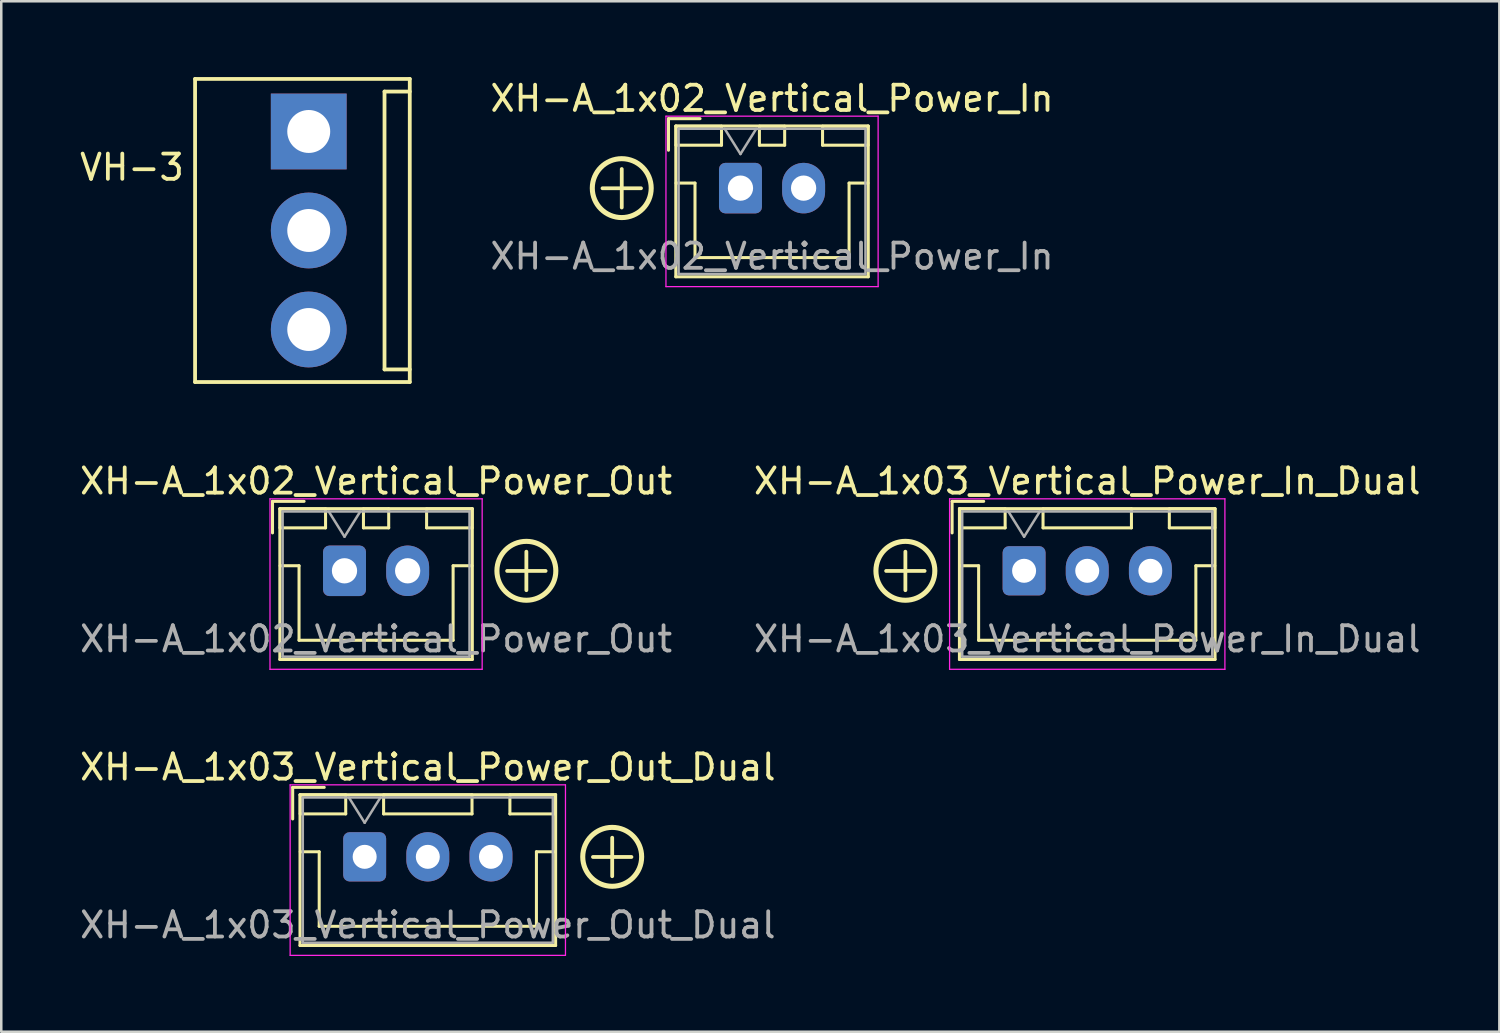
<source format=kicad_pcb>
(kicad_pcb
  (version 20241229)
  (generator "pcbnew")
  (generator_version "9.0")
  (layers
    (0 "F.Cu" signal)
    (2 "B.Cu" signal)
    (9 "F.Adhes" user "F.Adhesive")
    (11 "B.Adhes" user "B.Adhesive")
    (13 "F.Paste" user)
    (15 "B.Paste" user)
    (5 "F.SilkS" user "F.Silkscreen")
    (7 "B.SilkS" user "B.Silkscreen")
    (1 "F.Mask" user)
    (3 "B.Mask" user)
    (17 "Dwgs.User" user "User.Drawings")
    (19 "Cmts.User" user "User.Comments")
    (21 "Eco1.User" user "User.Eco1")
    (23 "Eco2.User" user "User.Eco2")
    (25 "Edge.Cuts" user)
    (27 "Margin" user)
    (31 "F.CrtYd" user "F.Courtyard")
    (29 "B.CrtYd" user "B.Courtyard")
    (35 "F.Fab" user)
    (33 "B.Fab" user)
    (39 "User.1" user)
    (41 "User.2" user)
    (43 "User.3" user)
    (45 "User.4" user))
  (footprint "VH-3"
    (layer "F.Cu")
    (at 9.173 6.075)
    (property "Reference" "VH-3" (at -7 -2.5 0) (layer "F.SilkS") (effects (font (size 1 1) (thickness 0.15))))
    (attr through_hole)
    (fp_line (start -4.5 -6) (end 4 -6) (stroke (width 0.15) (type solid)) (layer "F.SilkS"))
    (fp_line (start -4.5 6) (end -4.5 -6) (stroke (width 0.15) (type solid)) (layer "F.SilkS"))
    (fp_line (start 3 -5.5) (end 3 5.5) (stroke (width 0.15) (type solid)) (layer "F.SilkS"))
    (fp_line (start 3 5.5) (end 4 5.5) (stroke (width 0.15) (type solid)) (layer "F.SilkS"))
    (fp_line (start 4 -6) (end 4 6) (stroke (width 0.15) (type solid)) (layer "F.SilkS"))
    (fp_line (start 4 -5.5) (end 3 -5.5) (stroke (width 0.15) (type solid)) (layer "F.SilkS"))
    (fp_line (start 4 6) (end -4.5 6) (stroke (width 0.15) (type solid)) (layer "F.SilkS"))
    (pad "1" thru_hole rect (at 0 -3.92) (size 3 3) (drill 1.7) (layers "*.Cu" "*.Mask"))
    (pad "2" thru_hole circle (at 0 0) (size 3 3) (drill 1.7) (layers "*.Cu" "*.Mask"))
    (pad "3" thru_hole circle (at 0 3.92) (size 3 3) (drill 1.7) (layers "*.Cu" "*.Mask")))
  (footprint "XH-A_1x02_Vertical_Power_In"
    (layer "F.Cu")
    (at 26.265 4.398)
    (property "Reference" "XH-A_1x02_Vertical_Power_In" (at 1.25 -3.55 0) (layer "F.SilkS") (effects (font (size 1 1) (thickness 0.15))))
    (attr through_hole)
    (fp_line (start -2.85 -2.75) (end -2.85 -1.5) (stroke (width 0.12) (type solid)) (layer "F.SilkS"))
    (fp_line (start -2.56 -2.46) (end -2.56 3.51) (stroke (width 0.12) (type solid)) (layer "F.SilkS"))
    (fp_line (start -2.56 3.51) (end 5.06 3.51) (stroke (width 0.12) (type solid)) (layer "F.SilkS"))
    (fp_line (start -2.55 -2.45) (end -2.55 -1.7) (stroke (width 0.12) (type solid)) (layer "F.SilkS"))
    (fp_line (start -2.55 -1.7) (end -0.75 -1.7) (stroke (width 0.12) (type solid)) (layer "F.SilkS"))
    (fp_line (start -2.55 -0.2) (end -1.8 -0.2) (stroke (width 0.12) (type solid)) (layer "F.SilkS"))
    (fp_line (start -1.8 -0.2) (end -1.8 2.75) (stroke (width 0.12) (type solid)) (layer "F.SilkS"))
    (fp_line (start -1.8 2.75) (end 1.25 2.75) (stroke (width 0.12) (type solid)) (layer "F.SilkS"))
    (fp_line (start -1.6 -2.75) (end -2.85 -2.75) (stroke (width 0.12) (type solid)) (layer "F.SilkS"))
    (fp_line (start -0.75 -2.45) (end -2.55 -2.45) (stroke (width 0.12) (type solid)) (layer "F.SilkS"))
    (fp_line (start -0.75 -1.7) (end -0.75 -2.45) (stroke (width 0.12) (type solid)) (layer "F.SilkS"))
    (fp_line (start 0.75 -2.45) (end 0.75 -1.7) (stroke (width 0.12) (type solid)) (layer "F.SilkS"))
    (fp_line (start 0.75 -1.7) (end 1.75 -1.7) (stroke (width 0.12) (type solid)) (layer "F.SilkS"))
    (fp_line (start 1.75 -2.45) (end 0.75 -2.45) (stroke (width 0.12) (type solid)) (layer "F.SilkS"))
    (fp_line (start 1.75 -1.7) (end 1.75 -2.45) (stroke (width 0.12) (type solid)) (layer "F.SilkS"))
    (fp_line (start 3.25 -2.45) (end 3.25 -1.7) (stroke (width 0.12) (type solid)) (layer "F.SilkS"))
    (fp_line (start 3.25 -1.7) (end 5.05 -1.7) (stroke (width 0.12) (type solid)) (layer "F.SilkS"))
    (fp_line (start 4.3 -0.2) (end 4.3 2.75) (stroke (width 0.12) (type solid)) (layer "F.SilkS"))
    (fp_line (start 4.3 2.75) (end 1.25 2.75) (stroke (width 0.12) (type solid)) (layer "F.SilkS"))
    (fp_line (start 5.05 -2.45) (end 3.25 -2.45) (stroke (width 0.12) (type solid)) (layer "F.SilkS"))
    (fp_line (start 5.05 -1.7) (end 5.05 -2.45) (stroke (width 0.12) (type solid)) (layer "F.SilkS"))
    (fp_line (start 5.05 -0.2) (end 4.3 -0.2) (stroke (width 0.12) (type solid)) (layer "F.SilkS"))
    (fp_line (start 5.06 -2.46) (end -2.56 -2.46) (stroke (width 0.12) (type solid)) (layer "F.SilkS"))
    (fp_line (start 5.06 3.51) (end 5.06 -2.46) (stroke (width 0.12) (type solid)) (layer "F.SilkS"))
    (fp_circle (center -4.7 0) (end -3.534 0) (stroke (width 0.2) (type solid)) (fill no) (layer "F.SilkS"))
    (fp_line (start -2.95 -2.85) (end -2.95 3.9) (stroke (width 0.05) (type solid)) (layer "F.CrtYd"))
    (fp_line (start -2.95 3.9) (end 5.45 3.9) (stroke (width 0.05) (type solid)) (layer "F.CrtYd"))
    (fp_line (start 5.45 -2.85) (end -2.95 -2.85) (stroke (width 0.05) (type solid)) (layer "F.CrtYd"))
    (fp_line (start 5.45 3.9) (end 5.45 -2.85) (stroke (width 0.05) (type solid)) (layer "F.CrtYd"))
    (fp_line (start -2.45 -2.35) (end -2.45 3.4) (stroke (width 0.1) (type solid)) (layer "F.Fab"))
    (fp_line (start -2.45 3.4) (end 4.95 3.4) (stroke (width 0.1) (type solid)) (layer "F.Fab"))
    (fp_line (start -0.625 -2.35) (end 0 -1.35) (stroke (width 0.1) (type solid)) (layer "F.Fab"))
    (fp_line (start 0 -1.35) (end 0.625 -2.35) (stroke (width 0.1) (type solid)) (layer "F.Fab"))
    (fp_line (start 4.95 -2.35) (end -2.45 -2.35) (stroke (width 0.1) (type solid)) (layer "F.Fab"))
    (fp_line (start 4.95 3.4) (end 4.95 -2.35) (stroke (width 0.1) (type solid)) (layer "F.Fab"))
    (fp_text user "+" (at -4.7 -0.15 0) (layer "F.SilkS") (effects (font (size 2 2) (thickness 0.15))))
    (fp_text user "${REFERENCE}" (at 1.25 2.7 0) (layer "F.Fab") (effects (font (size 1 1) (thickness 0.15))))
    (pad "1" thru_hole roundrect (at 0 0) (size 1.7 2) (drill 1) (layers "*.Cu" "*.Mask") (roundrect_rratio 0.147))
    (pad "2" thru_hole oval (at 2.5 0) (size 1.7 2) (drill 1) (layers "*.Cu" "*.Mask")))
  (footprint "XH-A_1x03_Vertical_Power_In_Dual"
    (layer "F.Cu")
    (at 37.494 19.548)
    (property "Reference" "XH-A_1x03_Vertical_Power_In_Dual" (at 2.5 -3.55 0) (layer "F.SilkS") (effects (font (size 1 1) (thickness 0.15))))
    (attr through_hole)
    (fp_line (start -2.85 -2.75) (end -2.85 -1.5) (stroke (width 0.12) (type solid)) (layer "F.SilkS"))
    (fp_line (start -2.56 -2.46) (end -2.56 3.51) (stroke (width 0.12) (type solid)) (layer "F.SilkS"))
    (fp_line (start -2.56 3.51) (end 7.56 3.51) (stroke (width 0.12) (type solid)) (layer "F.SilkS"))
    (fp_line (start -2.55 -2.45) (end -2.55 -1.7) (stroke (width 0.12) (type solid)) (layer "F.SilkS"))
    (fp_line (start -2.55 -1.7) (end -0.75 -1.7) (stroke (width 0.12) (type solid)) (layer "F.SilkS"))
    (fp_line (start -2.55 -0.2) (end -1.8 -0.2) (stroke (width 0.12) (type solid)) (layer "F.SilkS"))
    (fp_line (start -1.8 -0.2) (end -1.8 2.75) (stroke (width 0.12) (type solid)) (layer "F.SilkS"))
    (fp_line (start -1.8 2.75) (end 2.5 2.75) (stroke (width 0.12) (type solid)) (layer "F.SilkS"))
    (fp_line (start -1.6 -2.75) (end -2.85 -2.75) (stroke (width 0.12) (type solid)) (layer "F.SilkS"))
    (fp_line (start -0.75 -2.45) (end -2.55 -2.45) (stroke (width 0.12) (type solid)) (layer "F.SilkS"))
    (fp_line (start -0.75 -1.7) (end -0.75 -2.45) (stroke (width 0.12) (type solid)) (layer "F.SilkS"))
    (fp_line (start 0.75 -2.45) (end 0.75 -1.7) (stroke (width 0.12) (type solid)) (layer "F.SilkS"))
    (fp_line (start 0.75 -1.7) (end 4.25 -1.7) (stroke (width 0.12) (type solid)) (layer "F.SilkS"))
    (fp_line (start 4.25 -2.45) (end 0.75 -2.45) (stroke (width 0.12) (type solid)) (layer "F.SilkS"))
    (fp_line (start 4.25 -1.7) (end 4.25 -2.45) (stroke (width 0.12) (type solid)) (layer "F.SilkS"))
    (fp_line (start 5.75 -2.45) (end 5.75 -1.7) (stroke (width 0.12) (type solid)) (layer "F.SilkS"))
    (fp_line (start 5.75 -1.7) (end 7.55 -1.7) (stroke (width 0.12) (type solid)) (layer "F.SilkS"))
    (fp_line (start 6.8 -0.2) (end 6.8 2.75) (stroke (width 0.12) (type solid)) (layer "F.SilkS"))
    (fp_line (start 6.8 2.75) (end 2.5 2.75) (stroke (width 0.12) (type solid)) (layer "F.SilkS"))
    (fp_line (start 7.55 -2.45) (end 5.75 -2.45) (stroke (width 0.12) (type solid)) (layer "F.SilkS"))
    (fp_line (start 7.55 -1.7) (end 7.55 -2.45) (stroke (width 0.12) (type solid)) (layer "F.SilkS"))
    (fp_line (start 7.55 -0.2) (end 6.8 -0.2) (stroke (width 0.12) (type solid)) (layer "F.SilkS"))
    (fp_line (start 7.56 -2.46) (end -2.56 -2.46) (stroke (width 0.12) (type solid)) (layer "F.SilkS"))
    (fp_line (start 7.56 3.51) (end 7.56 -2.46) (stroke (width 0.12) (type solid)) (layer "F.SilkS"))
    (fp_circle (center -4.7 0) (end -3.534 0) (stroke (width 0.2) (type solid)) (fill no) (layer "F.SilkS"))
    (fp_line (start -2.95 -2.85) (end -2.95 3.9) (stroke (width 0.05) (type solid)) (layer "F.CrtYd"))
    (fp_line (start -2.95 3.9) (end 7.95 3.9) (stroke (width 0.05) (type solid)) (layer "F.CrtYd"))
    (fp_line (start 7.95 -2.85) (end -2.95 -2.85) (stroke (width 0.05) (type solid)) (layer "F.CrtYd"))
    (fp_line (start 7.95 3.9) (end 7.95 -2.85) (stroke (width 0.05) (type solid)) (layer "F.CrtYd"))
    (fp_line (start -2.45 -2.35) (end -2.45 3.4) (stroke (width 0.1) (type solid)) (layer "F.Fab"))
    (fp_line (start -2.45 3.4) (end 7.45 3.4) (stroke (width 0.1) (type solid)) (layer "F.Fab"))
    (fp_line (start -0.625 -2.35) (end 0 -1.35) (stroke (width 0.1) (type solid)) (layer "F.Fab"))
    (fp_line (start 0 -1.35) (end 0.625 -2.35) (stroke (width 0.1) (type solid)) (layer "F.Fab"))
    (fp_line (start 7.45 -2.35) (end -2.45 -2.35) (stroke (width 0.1) (type solid)) (layer "F.Fab"))
    (fp_line (start 7.45 3.4) (end 7.45 -2.35) (stroke (width 0.1) (type solid)) (layer "F.Fab"))
    (fp_text user "+" (at -4.7 -0.15 0) (layer "F.SilkS") (effects (font (size 2 2) (thickness 0.15))))
    (fp_text user "${REFERENCE}" (at 2.5 2.7 0) (layer "F.Fab") (effects (font (size 1 1) (thickness 0.15))))
    (pad "1" thru_hole roundrect (at 0 0) (size 1.7 1.95) (drill 0.95) (layers "*.Cu" "*.Mask") (roundrect_rratio 0.147))
    (pad "2" thru_hole oval (at 2.5 0) (size 1.7 1.95) (drill 0.95) (layers "*.Cu" "*.Mask"))
    (pad "3" thru_hole oval (at 5 0) (size 1.7 1.95) (drill 0.95) (layers "*.Cu" "*.Mask")))
  (footprint "XH-A_1x03_Vertical_Power_Out_Dual"
    (layer "F.Cu")
    (at 11.387 30.872)
    (property "Reference" "XH-A_1x03_Vertical_Power_Out_Dual" (at 2.5 -3.55 0) (layer "F.SilkS") (effects (font (size 1 1) (thickness 0.15))))
    (attr through_hole)
    (fp_line (start -2.85 -2.75) (end -2.85 -1.5) (stroke (width 0.12) (type solid)) (layer "F.SilkS"))
    (fp_line (start -2.56 -2.46) (end -2.56 3.51) (stroke (width 0.12) (type solid)) (layer "F.SilkS"))
    (fp_line (start -2.56 3.51) (end 7.56 3.51) (stroke (width 0.12) (type solid)) (layer "F.SilkS"))
    (fp_line (start -2.55 -2.45) (end -2.55 -1.7) (stroke (width 0.12) (type solid)) (layer "F.SilkS"))
    (fp_line (start -2.55 -1.7) (end -0.75 -1.7) (stroke (width 0.12) (type solid)) (layer "F.SilkS"))
    (fp_line (start -2.55 -0.2) (end -1.8 -0.2) (stroke (width 0.12) (type solid)) (layer "F.SilkS"))
    (fp_line (start -1.8 -0.2) (end -1.8 2.75) (stroke (width 0.12) (type solid)) (layer "F.SilkS"))
    (fp_line (start -1.8 2.75) (end 2.5 2.75) (stroke (width 0.12) (type solid)) (layer "F.SilkS"))
    (fp_line (start -1.6 -2.75) (end -2.85 -2.75) (stroke (width 0.12) (type solid)) (layer "F.SilkS"))
    (fp_line (start -0.75 -2.45) (end -2.55 -2.45) (stroke (width 0.12) (type solid)) (layer "F.SilkS"))
    (fp_line (start -0.75 -1.7) (end -0.75 -2.45) (stroke (width 0.12) (type solid)) (layer "F.SilkS"))
    (fp_line (start 0.75 -2.45) (end 0.75 -1.7) (stroke (width 0.12) (type solid)) (layer "F.SilkS"))
    (fp_line (start 0.75 -1.7) (end 4.25 -1.7) (stroke (width 0.12) (type solid)) (layer "F.SilkS"))
    (fp_line (start 4.25 -2.45) (end 0.75 -2.45) (stroke (width 0.12) (type solid)) (layer "F.SilkS"))
    (fp_line (start 4.25 -1.7) (end 4.25 -2.45) (stroke (width 0.12) (type solid)) (layer "F.SilkS"))
    (fp_line (start 5.75 -2.45) (end 5.75 -1.7) (stroke (width 0.12) (type solid)) (layer "F.SilkS"))
    (fp_line (start 5.75 -1.7) (end 7.55 -1.7) (stroke (width 0.12) (type solid)) (layer "F.SilkS"))
    (fp_line (start 6.8 -0.2) (end 6.8 2.75) (stroke (width 0.12) (type solid)) (layer "F.SilkS"))
    (fp_line (start 6.8 2.75) (end 2.5 2.75) (stroke (width 0.12) (type solid)) (layer "F.SilkS"))
    (fp_line (start 7.55 -2.45) (end 5.75 -2.45) (stroke (width 0.12) (type solid)) (layer "F.SilkS"))
    (fp_line (start 7.55 -1.7) (end 7.55 -2.45) (stroke (width 0.12) (type solid)) (layer "F.SilkS"))
    (fp_line (start 7.55 -0.2) (end 6.8 -0.2) (stroke (width 0.12) (type solid)) (layer "F.SilkS"))
    (fp_line (start 7.56 -2.46) (end -2.56 -2.46) (stroke (width 0.12) (type solid)) (layer "F.SilkS"))
    (fp_line (start 7.56 3.51) (end 7.56 -2.46) (stroke (width 0.12) (type solid)) (layer "F.SilkS"))
    (fp_circle (center 9.8 0) (end 10.966 0) (stroke (width 0.2) (type solid)) (fill no) (layer "F.SilkS"))
    (fp_line (start -2.95 -2.85) (end -2.95 3.9) (stroke (width 0.05) (type solid)) (layer "F.CrtYd"))
    (fp_line (start -2.95 3.9) (end 7.95 3.9) (stroke (width 0.05) (type solid)) (layer "F.CrtYd"))
    (fp_line (start 7.95 -2.85) (end -2.95 -2.85) (stroke (width 0.05) (type solid)) (layer "F.CrtYd"))
    (fp_line (start 7.95 3.9) (end 7.95 -2.85) (stroke (width 0.05) (type solid)) (layer "F.CrtYd"))
    (fp_line (start -2.45 -2.35) (end -2.45 3.4) (stroke (width 0.1) (type solid)) (layer "F.Fab"))
    (fp_line (start -2.45 3.4) (end 7.45 3.4) (stroke (width 0.1) (type solid)) (layer "F.Fab"))
    (fp_line (start -0.625 -2.35) (end 0 -1.35) (stroke (width 0.1) (type solid)) (layer "F.Fab"))
    (fp_line (start 0 -1.35) (end 0.625 -2.35) (stroke (width 0.1) (type solid)) (layer "F.Fab"))
    (fp_line (start 7.45 -2.35) (end -2.45 -2.35) (stroke (width 0.1) (type solid)) (layer "F.Fab"))
    (fp_line (start 7.45 3.4) (end 7.45 -2.35) (stroke (width 0.1) (type solid)) (layer "F.Fab"))
    (fp_text user "+" (at 9.8 -0.15 0) (layer "F.SilkS") (effects (font (size 2 2) (thickness 0.15))))
    (fp_text user "${REFERENCE}" (at 2.5 2.7 0) (layer "F.Fab") (effects (font (size 1 1) (thickness 0.15))))
    (pad "1" thru_hole roundrect (at 0 0) (size 1.7 1.95) (drill 0.95) (layers "*.Cu" "*.Mask") (roundrect_rratio 0.147))
    (pad "2" thru_hole oval (at 2.5 0) (size 1.7 1.95) (drill 0.95) (layers "*.Cu" "*.Mask"))
    (pad "3" thru_hole oval (at 5 0) (size 1.7 1.95) (drill 0.95) (layers "*.Cu" "*.Mask")))
  (footprint "XH-A_1x02_Vertical_Power_Out"
    (layer "F.Cu")
    (at 10.589 19.548)
    (property "Reference" "XH-A_1x02_Vertical_Power_Out" (at 1.25 -3.55 0) (layer "F.SilkS") (effects (font (size 1 1) (thickness 0.15))))
    (attr through_hole)
    (fp_line (start -2.85 -2.75) (end -2.85 -1.5) (stroke (width 0.12) (type solid)) (layer "F.SilkS"))
    (fp_line (start -2.56 -2.46) (end -2.56 3.51) (stroke (width 0.12) (type solid)) (layer "F.SilkS"))
    (fp_line (start -2.56 3.51) (end 5.06 3.51) (stroke (width 0.12) (type solid)) (layer "F.SilkS"))
    (fp_line (start -2.55 -2.45) (end -2.55 -1.7) (stroke (width 0.12) (type solid)) (layer "F.SilkS"))
    (fp_line (start -2.55 -1.7) (end -0.75 -1.7) (stroke (width 0.12) (type solid)) (layer "F.SilkS"))
    (fp_line (start -2.55 -0.2) (end -1.8 -0.2) (stroke (width 0.12) (type solid)) (layer "F.SilkS"))
    (fp_line (start -1.8 -0.2) (end -1.8 2.75) (stroke (width 0.12) (type solid)) (layer "F.SilkS"))
    (fp_line (start -1.8 2.75) (end 1.25 2.75) (stroke (width 0.12) (type solid)) (layer "F.SilkS"))
    (fp_line (start -1.6 -2.75) (end -2.85 -2.75) (stroke (width 0.12) (type solid)) (layer "F.SilkS"))
    (fp_line (start -0.75 -2.45) (end -2.55 -2.45) (stroke (width 0.12) (type solid)) (layer "F.SilkS"))
    (fp_line (start -0.75 -1.7) (end -0.75 -2.45) (stroke (width 0.12) (type solid)) (layer "F.SilkS"))
    (fp_line (start 0.75 -2.45) (end 0.75 -1.7) (stroke (width 0.12) (type solid)) (layer "F.SilkS"))
    (fp_line (start 0.75 -1.7) (end 1.75 -1.7) (stroke (width 0.12) (type solid)) (layer "F.SilkS"))
    (fp_line (start 1.75 -2.45) (end 0.75 -2.45) (stroke (width 0.12) (type solid)) (layer "F.SilkS"))
    (fp_line (start 1.75 -1.7) (end 1.75 -2.45) (stroke (width 0.12) (type solid)) (layer "F.SilkS"))
    (fp_line (start 3.25 -2.45) (end 3.25 -1.7) (stroke (width 0.12) (type solid)) (layer "F.SilkS"))
    (fp_line (start 3.25 -1.7) (end 5.05 -1.7) (stroke (width 0.12) (type solid)) (layer "F.SilkS"))
    (fp_line (start 4.3 -0.2) (end 4.3 2.75) (stroke (width 0.12) (type solid)) (layer "F.SilkS"))
    (fp_line (start 4.3 2.75) (end 1.25 2.75) (stroke (width 0.12) (type solid)) (layer "F.SilkS"))
    (fp_line (start 5.05 -2.45) (end 3.25 -2.45) (stroke (width 0.12) (type solid)) (layer "F.SilkS"))
    (fp_line (start 5.05 -1.7) (end 5.05 -2.45) (stroke (width 0.12) (type solid)) (layer "F.SilkS"))
    (fp_line (start 5.05 -0.2) (end 4.3 -0.2) (stroke (width 0.12) (type solid)) (layer "F.SilkS"))
    (fp_line (start 5.06 -2.46) (end -2.56 -2.46) (stroke (width 0.12) (type solid)) (layer "F.SilkS"))
    (fp_line (start 5.06 3.51) (end 5.06 -2.46) (stroke (width 0.12) (type solid)) (layer "F.SilkS"))
    (fp_circle (center 7.2 0) (end 8.366 0) (stroke (width 0.2) (type solid)) (fill no) (layer "F.SilkS"))
    (fp_line (start -2.95 -2.85) (end -2.95 3.9) (stroke (width 0.05) (type solid)) (layer "F.CrtYd"))
    (fp_line (start -2.95 3.9) (end 5.45 3.9) (stroke (width 0.05) (type solid)) (layer "F.CrtYd"))
    (fp_line (start 5.45 -2.85) (end -2.95 -2.85) (stroke (width 0.05) (type solid)) (layer "F.CrtYd"))
    (fp_line (start 5.45 3.9) (end 5.45 -2.85) (stroke (width 0.05) (type solid)) (layer "F.CrtYd"))
    (fp_line (start -2.45 -2.35) (end -2.45 3.4) (stroke (width 0.1) (type solid)) (layer "F.Fab"))
    (fp_line (start -2.45 3.4) (end 4.95 3.4) (stroke (width 0.1) (type solid)) (layer "F.Fab"))
    (fp_line (start -0.625 -2.35) (end 0 -1.35) (stroke (width 0.1) (type solid)) (layer "F.Fab"))
    (fp_line (start 0 -1.35) (end 0.625 -2.35) (stroke (width 0.1) (type solid)) (layer "F.Fab"))
    (fp_line (start 4.95 -2.35) (end -2.45 -2.35) (stroke (width 0.1) (type solid)) (layer "F.Fab"))
    (fp_line (start 4.95 3.4) (end 4.95 -2.35) (stroke (width 0.1) (type solid)) (layer "F.Fab"))
    (fp_text user "+" (at 7.2 -0.15 0) (layer "F.SilkS") (effects (font (size 2 2) (thickness 0.15))))
    (fp_text user "${REFERENCE}" (at 1.25 2.7 0) (layer "F.Fab") (effects (font (size 1 1) (thickness 0.15))))
    (pad "1" thru_hole roundrect (at 0 0) (size 1.7 2) (drill 1) (layers "*.Cu" "*.Mask") (roundrect_rratio 0.147))
    (pad "2" thru_hole oval (at 2.5 0) (size 1.7 2) (drill 1) (layers "*.Cu" "*.Mask")))
  (gr_rect
    (start -3 -3)
    (end 56.31 37.797)
    (stroke (width 0.1) (type default))
    (fill no)
    (layer "Edge.Cuts")))
</source>
